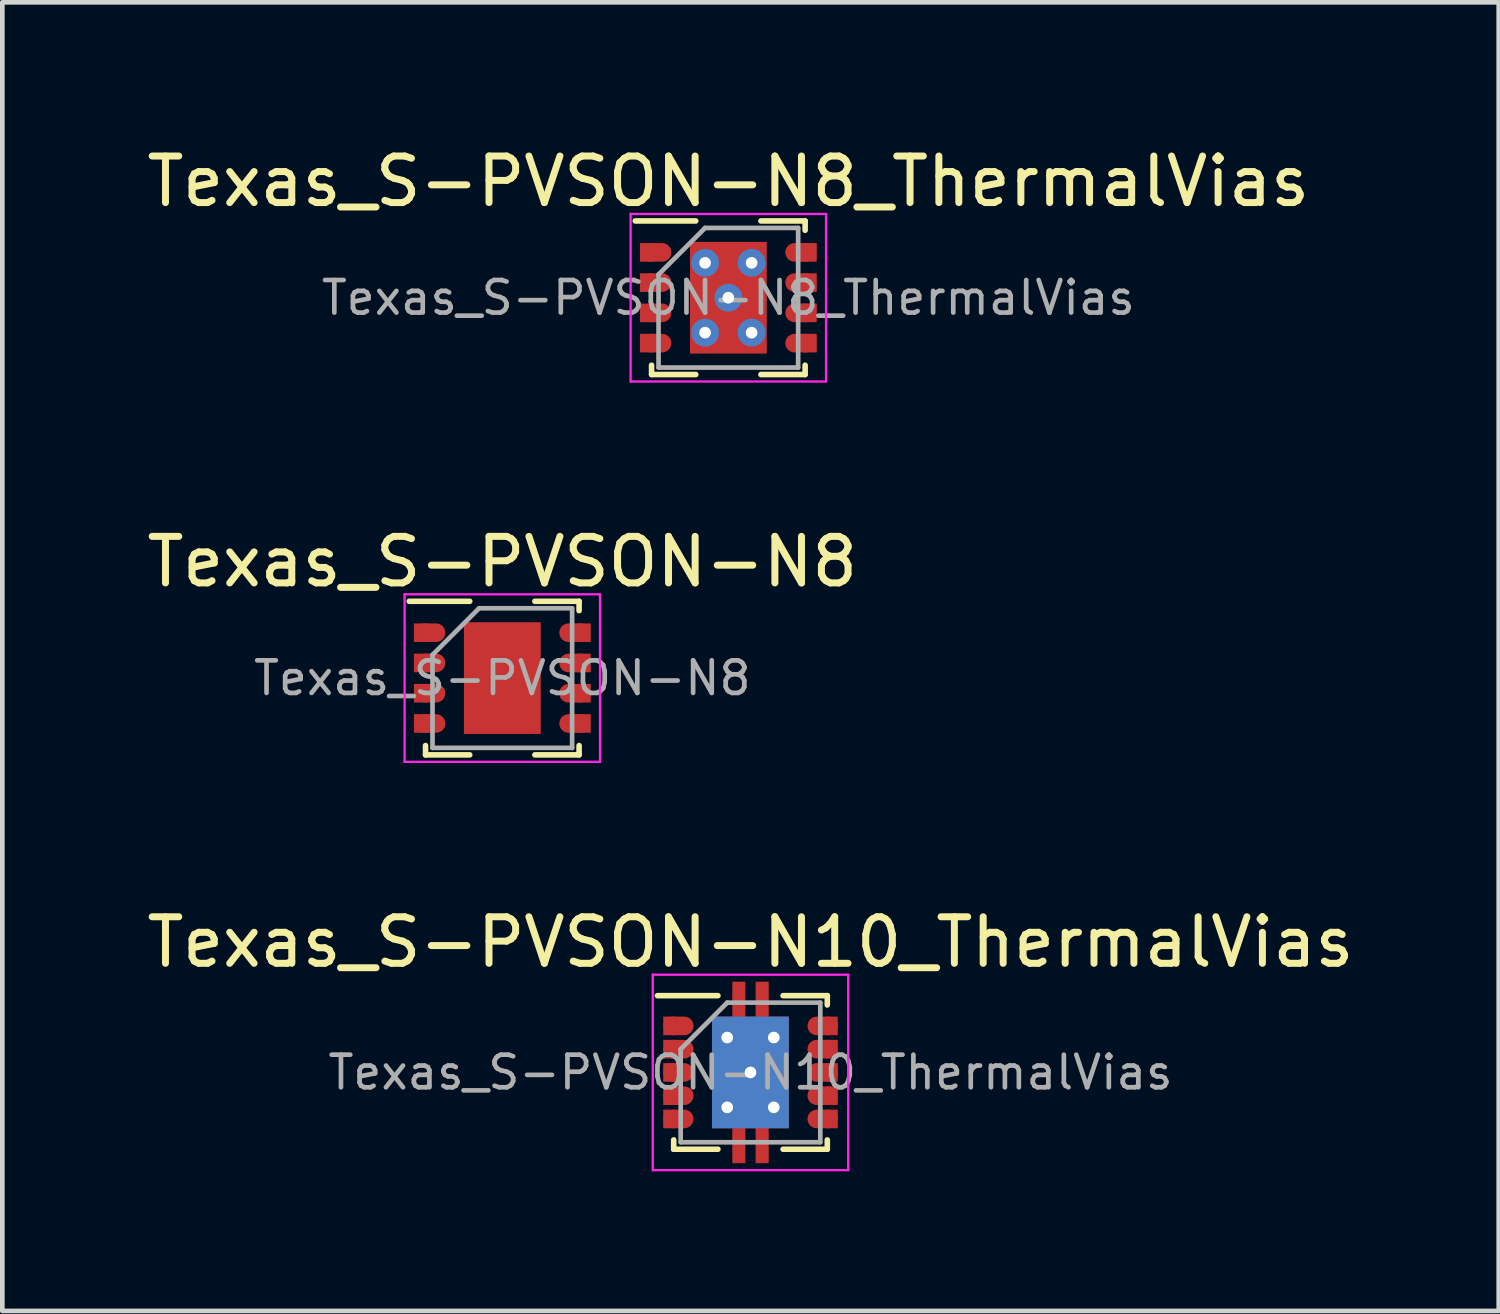
<source format=kicad_pcb>
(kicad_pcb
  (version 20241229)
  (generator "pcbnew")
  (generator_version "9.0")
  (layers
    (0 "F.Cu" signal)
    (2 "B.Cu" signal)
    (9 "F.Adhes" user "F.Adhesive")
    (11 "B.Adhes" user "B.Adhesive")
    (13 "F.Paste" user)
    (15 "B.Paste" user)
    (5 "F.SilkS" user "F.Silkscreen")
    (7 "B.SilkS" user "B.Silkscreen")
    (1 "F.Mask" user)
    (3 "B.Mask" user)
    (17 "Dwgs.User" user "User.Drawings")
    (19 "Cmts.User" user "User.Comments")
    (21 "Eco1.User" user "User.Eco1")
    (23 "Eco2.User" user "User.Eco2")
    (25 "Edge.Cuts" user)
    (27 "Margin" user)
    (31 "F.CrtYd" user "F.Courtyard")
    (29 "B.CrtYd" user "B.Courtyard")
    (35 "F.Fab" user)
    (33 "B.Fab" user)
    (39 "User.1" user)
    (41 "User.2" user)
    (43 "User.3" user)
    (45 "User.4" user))
  (footprint "Texas_S-PVSON-N10_ThermalVias"
    (layer "F.Cu")
    (at 13.077 19.995)
    (property "Reference" "Texas_S-PVSON-N10_ThermalVias" (at 0 -2.8 0) (layer "F.SilkS") (effects (font (size 1 1) (thickness 0.15))))
    (attr smd)
    (fp_line (start -2 -1.65) (end -0.7 -1.65) (stroke (width 0.12) (type solid)) (layer "F.SilkS"))
    (fp_line (start -1.65 1.65) (end -1.65 1.45) (stroke (width 0.12) (type solid)) (layer "F.SilkS"))
    (fp_line (start -1.65 1.65) (end -0.7 1.65) (stroke (width 0.12) (type solid)) (layer "F.SilkS"))
    (fp_line (start 0.7 -1.65) (end 1.65 -1.65) (stroke (width 0.12) (type solid)) (layer "F.SilkS"))
    (fp_line (start 0.7 1.65) (end 1.65 1.65) (stroke (width 0.12) (type solid)) (layer "F.SilkS"))
    (fp_line (start 1.65 -1.45) (end 1.65 -1.65) (stroke (width 0.12) (type solid)) (layer "F.SilkS"))
    (fp_line (start 1.65 1.45) (end 1.65 1.65) (stroke (width 0.12) (type solid)) (layer "F.SilkS"))
    (fp_line (start -2.1 -2.1) (end -2.1 2.1) (stroke (width 0.05) (type solid)) (layer "F.CrtYd"))
    (fp_line (start -2.1 -2.1) (end 2.1 -2.1) (stroke (width 0.05) (type solid)) (layer "F.CrtYd"))
    (fp_line (start -2.1 2.1) (end 2.1 2.1) (stroke (width 0.05) (type solid)) (layer "F.CrtYd"))
    (fp_line (start 2.1 -2.1) (end 2.1 2.1) (stroke (width 0.05) (type solid)) (layer "F.CrtYd"))
    (fp_line (start -1.5 1.5) (end -1.5 -0.5) (stroke (width 0.1) (type solid)) (layer "F.Fab"))
    (fp_line (start -0.5 -1.5) (end -1.5 -0.5) (stroke (width 0.1) (type solid)) (layer "F.Fab"))
    (fp_line (start -0.5 -1.5) (end 1.5 -1.5) (stroke (width 0.1) (type solid)) (layer "F.Fab"))
    (fp_line (start 1.5 -1.5) (end 1.5 1.5) (stroke (width 0.1) (type solid)) (layer "F.Fab"))
    (fp_line (start 1.5 1.5) (end -1.5 1.5) (stroke (width 0.1) (type solid)) (layer "F.Fab"))
    (fp_text user "${REFERENCE}" (at 0 0 0) (layer "F.Fab") (effects (font (size 0.7 0.7) (thickness 0.1))))
    (pad "1" smd rect (at -1.75 -1) (size 0.25 0.4) (layers "F.Cu" "F.Mask" "F.Paste"))
    (pad "1" smd oval (at -1.55 -1) (size 0.65 0.4) (layers "F.Cu" "F.Mask" "F.Paste"))
    (pad "2" smd rect (at -1.75 -0.5) (size 0.25 0.4) (layers "F.Cu" "F.Mask" "F.Paste"))
    (pad "2" smd oval (at -1.55 -0.5) (size 0.65 0.4) (layers "F.Cu" "F.Mask" "F.Paste"))
    (pad "3" smd rect (at -1.75 0) (size 0.25 0.4) (layers "F.Cu" "F.Mask" "F.Paste"))
    (pad "3" smd oval (at -1.55 0) (size 0.65 0.4) (layers "F.Cu" "F.Mask" "F.Paste"))
    (pad "4" smd rect (at -1.75 0.5) (size 0.25 0.4) (layers "F.Cu" "F.Mask" "F.Paste"))
    (pad "4" smd oval (at -1.55 0.5) (size 0.65 0.4) (layers "F.Cu" "F.Mask" "F.Paste"))
    (pad "5" smd rect (at -1.75 1) (size 0.25 0.4) (layers "F.Cu" "F.Mask" "F.Paste"))
    (pad "5" smd oval (at -1.55 1) (size 0.65 0.4) (layers "F.Cu" "F.Mask" "F.Paste"))
    (pad "6" smd oval (at 1.55 1) (size 0.65 0.4) (layers "F.Cu" "F.Mask" "F.Paste"))
    (pad "6" smd rect (at 1.75 1) (size 0.25 0.4) (layers "F.Cu" "F.Mask" "F.Paste"))
    (pad "7" smd oval (at 1.55 0.5) (size 0.65 0.4) (layers "F.Cu" "F.Mask" "F.Paste"))
    (pad "7" smd rect (at 1.75 0.5) (size 0.25 0.4) (layers "F.Cu" "F.Mask" "F.Paste"))
    (pad "8" smd oval (at 1.55 0) (size 0.65 0.4) (layers "F.Cu" "F.Mask" "F.Paste"))
    (pad "8" smd rect (at 1.75 0) (size 0.25 0.4) (layers "F.Cu" "F.Mask" "F.Paste"))
    (pad "9" smd oval (at 1.55 -0.5) (size 0.65 0.4) (layers "F.Cu" "F.Mask" "F.Paste"))
    (pad "9" smd rect (at 1.75 -0.5) (size 0.25 0.4) (layers "F.Cu" "F.Mask" "F.Paste"))
    (pad "10" smd oval (at 1.55 -1) (size 0.65 0.4) (layers "F.Cu" "F.Mask" "F.Paste"))
    (pad "10" smd rect (at 1.75 -1) (size 0.25 0.4) (layers "F.Cu" "F.Mask" "F.Paste"))
    (pad "11" thru_hole circle (at -0.5 -0.75) (size 0.6 0.6) (drill 0.25) (layers "*.Cu" "*.Mask"))
    (pad "11" thru_hole circle (at -0.5 0.75) (size 0.6 0.6) (drill 0.25) (layers "*.Cu" "*.Mask"))
    (pad "11" smd rect (at -0.45 -0.635) (size 0.68 1.05) (layers "F.Cu" "F.Mask" "F.Paste"))
    (pad "11" smd rect (at -0.45 0.635) (size 0.68 1.05) (layers "F.Cu" "F.Mask" "F.Paste"))
    (pad "11" smd rect (at -0.25 -1.55) (size 0.26 0.5) (layers "F.Cu" "F.Mask" "F.Paste"))
    (pad "11" smd rect (at -0.25 -1.55) (size 0.28 0.8) (layers "F.Cu" "F.Mask"))
    (pad "11" smd rect (at -0.25 1.55) (size 0.26 0.5) (layers "F.Cu" "F.Mask" "F.Paste"))
    (pad "11" smd rect (at -0.25 1.55) (size 0.28 0.8) (layers "F.Cu" "F.Mask"))
    (pad "11" smd rect (at -0.001 0) (size 1.65 2.4) (layers "B.Cu" "B.Mask"))
    (pad "11" thru_hole circle (at 0 0) (size 0.6 0.6) (drill 0.25) (layers "*.Cu" "*.Mask"))
    (pad "11" smd rect (at 0 0) (size 1.65 2.4) (layers "F.Cu" "F.Mask"))
    (pad "11" smd rect (at 0.25 -1.55) (size 0.26 0.5) (layers "F.Cu" "F.Mask" "F.Paste"))
    (pad "11" smd rect (at 0.25 -1.55) (size 0.28 0.8) (layers "F.Cu" "F.Mask"))
    (pad "11" smd rect (at 0.25 1.55) (size 0.26 0.5) (layers "F.Cu" "F.Mask" "F.Paste"))
    (pad "11" smd rect (at 0.25 1.55) (size 0.28 0.8) (layers "F.Cu" "F.Mask"))
    (pad "11" smd rect (at 0.45 -0.635) (size 0.68 1.05) (layers "F.Cu" "F.Mask" "F.Paste"))
    (pad "11" smd rect (at 0.45 0.635) (size 0.68 1.05) (layers "F.Cu" "F.Mask" "F.Paste"))
    (pad "11" thru_hole circle (at 0.5 -0.75) (size 0.6 0.6) (drill 0.25) (layers "*.Cu" "*.Mask"))
    (pad "11" thru_hole circle (at 0.5 0.75) (size 0.6 0.6) (drill 0.25) (layers "*.Cu" "*.Mask")))
  (footprint "Texas_S-PVSON-N8"
    (layer "F.Cu")
    (at 7.744 11.521)
    (property "Reference" "Texas_S-PVSON-N8" (at 0 -2.5 0) (layer "F.SilkS") (effects (font (size 1 1) (thickness 0.15))))
    (attr smd)
    (fp_line (start -2 -1.65) (end -0.7 -1.65) (stroke (width 0.12) (type solid)) (layer "F.SilkS"))
    (fp_line (start -1.65 1.65) (end -1.65 1.45) (stroke (width 0.12) (type solid)) (layer "F.SilkS"))
    (fp_line (start -1.65 1.65) (end -0.7 1.65) (stroke (width 0.12) (type solid)) (layer "F.SilkS"))
    (fp_line (start 0.7 -1.65) (end 1.65 -1.65) (stroke (width 0.12) (type solid)) (layer "F.SilkS"))
    (fp_line (start 0.7 1.65) (end 1.65 1.65) (stroke (width 0.12) (type solid)) (layer "F.SilkS"))
    (fp_line (start 1.65 -1.45) (end 1.65 -1.65) (stroke (width 0.12) (type solid)) (layer "F.SilkS"))
    (fp_line (start 1.65 1.45) (end 1.65 1.65) (stroke (width 0.12) (type solid)) (layer "F.SilkS"))
    (fp_line (start -2.1 -1.8) (end -2.1 1.8) (stroke (width 0.05) (type solid)) (layer "F.CrtYd"))
    (fp_line (start -2.1 -1.8) (end 2.1 -1.8) (stroke (width 0.05) (type solid)) (layer "F.CrtYd"))
    (fp_line (start -2.1 1.8) (end 2.1 1.8) (stroke (width 0.05) (type solid)) (layer "F.CrtYd"))
    (fp_line (start 2.1 -1.8) (end 2.1 1.8) (stroke (width 0.05) (type solid)) (layer "F.CrtYd"))
    (fp_line (start -1.5 1.5) (end -1.5 -0.5) (stroke (width 0.1) (type solid)) (layer "F.Fab"))
    (fp_line (start -0.5 -1.5) (end -1.5 -0.5) (stroke (width 0.1) (type solid)) (layer "F.Fab"))
    (fp_line (start -0.5 -1.5) (end 1.5 -1.5) (stroke (width 0.1) (type solid)) (layer "F.Fab"))
    (fp_line (start 1.5 -1.5) (end 1.5 1.5) (stroke (width 0.1) (type solid)) (layer "F.Fab"))
    (fp_line (start 1.5 1.5) (end -1.5 1.5) (stroke (width 0.1) (type solid)) (layer "F.Fab"))
    (fp_text user "${REFERENCE}" (at 0 0 0) (layer "F.Fab") (effects (font (size 0.7 0.7) (thickness 0.1))))
    (pad "1" smd rect (at -1.75 -0.975) (size 0.3 0.4) (layers "F.Cu" "F.Mask" "F.Paste"))
    (pad "1" smd oval (at -1.55 -0.975) (size 0.65 0.4) (layers "F.Cu" "F.Mask" "F.Paste"))
    (pad "2" smd rect (at -1.75 -0.325) (size 0.3 0.4) (layers "F.Cu" "F.Mask" "F.Paste"))
    (pad "2" smd oval (at -1.55 -0.325) (size 0.65 0.4) (layers "F.Cu" "F.Mask" "F.Paste"))
    (pad "3" smd rect (at -1.75 0.325) (size 0.3 0.4) (layers "F.Cu" "F.Mask" "F.Paste"))
    (pad "3" smd oval (at -1.55 0.325) (size 0.65 0.4) (layers "F.Cu" "F.Mask" "F.Paste"))
    (pad "4" smd rect (at -1.75 0.975) (size 0.3 0.4) (layers "F.Cu" "F.Mask" "F.Paste"))
    (pad "4" smd oval (at -1.55 0.975) (size 0.65 0.4) (layers "F.Cu" "F.Mask" "F.Paste"))
    (pad "5" smd oval (at 1.55 0.975) (size 0.65 0.4) (layers "F.Cu" "F.Mask" "F.Paste"))
    (pad "5" smd rect (at 1.75 0.975) (size 0.3 0.4) (layers "F.Cu" "F.Mask" "F.Paste"))
    (pad "6" smd oval (at 1.55 0.325) (size 0.65 0.4) (layers "F.Cu" "F.Mask" "F.Paste"))
    (pad "6" smd rect (at 1.75 0.325) (size 0.3 0.4) (layers "F.Cu" "F.Mask" "F.Paste"))
    (pad "7" smd oval (at 1.55 -0.325) (size 0.65 0.4) (layers "F.Cu" "F.Mask" "F.Paste"))
    (pad "7" smd rect (at 1.75 -0.325) (size 0.3 0.4) (layers "F.Cu" "F.Mask" "F.Paste"))
    (pad "8" smd oval (at 1.55 -0.975) (size 0.65 0.4) (layers "F.Cu" "F.Mask" "F.Paste"))
    (pad "8" smd rect (at 1.75 -0.975) (size 0.3 0.4) (layers "F.Cu" "F.Mask" "F.Paste"))
    (pad "9" smd rect (at -0.45 -0.625) (size 0.65 1) (layers "F.Cu" "F.Mask" "F.Paste"))
    (pad "9" smd rect (at -0.45 0.625) (size 0.65 1) (layers "F.Cu" "F.Mask" "F.Paste"))
    (pad "9" smd rect (at 0 0) (size 1.65 2.4) (layers "F.Cu" "F.Mask"))
    (pad "9" smd rect (at 0.45 -0.625) (size 0.65 1) (layers "F.Cu" "F.Mask" "F.Paste"))
    (pad "9" smd rect (at 0.45 0.625) (size 0.65 1) (layers "F.Cu" "F.Mask" "F.Paste")))
  (footprint "Texas_S-PVSON-N8_ThermalVias"
    (layer "F.Cu")
    (at 12.601 3.348)
    (property "Reference" "Texas_S-PVSON-N8_ThermalVias" (at 0 -2.5 0) (layer "F.SilkS") (effects (font (size 1 1) (thickness 0.15))))
    (attr smd)
    (fp_line (start -2 -1.65) (end -0.7 -1.65) (stroke (width 0.12) (type solid)) (layer "F.SilkS"))
    (fp_line (start -1.65 1.65) (end -1.65 1.45) (stroke (width 0.12) (type solid)) (layer "F.SilkS"))
    (fp_line (start -1.65 1.65) (end -0.7 1.65) (stroke (width 0.12) (type solid)) (layer "F.SilkS"))
    (fp_line (start 0.7 -1.65) (end 1.65 -1.65) (stroke (width 0.12) (type solid)) (layer "F.SilkS"))
    (fp_line (start 0.7 1.65) (end 1.65 1.65) (stroke (width 0.12) (type solid)) (layer "F.SilkS"))
    (fp_line (start 1.65 -1.45) (end 1.65 -1.65) (stroke (width 0.12) (type solid)) (layer "F.SilkS"))
    (fp_line (start 1.65 1.45) (end 1.65 1.65) (stroke (width 0.12) (type solid)) (layer "F.SilkS"))
    (fp_line (start -2.1 -1.8) (end -2.1 1.8) (stroke (width 0.05) (type solid)) (layer "F.CrtYd"))
    (fp_line (start -2.1 -1.8) (end 2.1 -1.8) (stroke (width 0.05) (type solid)) (layer "F.CrtYd"))
    (fp_line (start -2.1 1.8) (end 2.1 1.8) (stroke (width 0.05) (type solid)) (layer "F.CrtYd"))
    (fp_line (start 2.1 -1.8) (end 2.1 1.8) (stroke (width 0.05) (type solid)) (layer "F.CrtYd"))
    (fp_line (start -1.5 1.5) (end -1.5 -0.5) (stroke (width 0.1) (type solid)) (layer "F.Fab"))
    (fp_line (start -0.5 -1.5) (end -1.5 -0.5) (stroke (width 0.1) (type solid)) (layer "F.Fab"))
    (fp_line (start -0.5 -1.5) (end 1.5 -1.5) (stroke (width 0.1) (type solid)) (layer "F.Fab"))
    (fp_line (start 1.5 -1.5) (end 1.5 1.5) (stroke (width 0.1) (type solid)) (layer "F.Fab"))
    (fp_line (start 1.5 1.5) (end -1.5 1.5) (stroke (width 0.1) (type solid)) (layer "F.Fab"))
    (fp_text user "${REFERENCE}" (at 0 0 0) (layer "F.Fab") (effects (font (size 0.7 0.7) (thickness 0.1))))
    (pad "1" smd rect (at -1.75 -0.975) (size 0.3 0.4) (layers "F.Cu" "F.Mask" "F.Paste"))
    (pad "1" smd oval (at -1.55 -0.975) (size 0.65 0.4) (layers "F.Cu" "F.Mask" "F.Paste"))
    (pad "2" smd rect (at -1.75 -0.325) (size 0.3 0.4) (layers "F.Cu" "F.Mask" "F.Paste"))
    (pad "2" smd oval (at -1.55 -0.325) (size 0.65 0.4) (layers "F.Cu" "F.Mask" "F.Paste"))
    (pad "3" smd rect (at -1.75 0.325) (size 0.3 0.4) (layers "F.Cu" "F.Mask" "F.Paste"))
    (pad "3" smd oval (at -1.55 0.325) (size 0.65 0.4) (layers "F.Cu" "F.Mask" "F.Paste"))
    (pad "4" smd rect (at -1.75 0.975) (size 0.3 0.4) (layers "F.Cu" "F.Mask" "F.Paste"))
    (pad "4" smd oval (at -1.55 0.975) (size 0.65 0.4) (layers "F.Cu" "F.Mask" "F.Paste"))
    (pad "5" smd oval (at 1.55 0.975) (size 0.65 0.4) (layers "F.Cu" "F.Mask" "F.Paste"))
    (pad "5" smd rect (at 1.75 0.975) (size 0.3 0.4) (layers "F.Cu" "F.Mask" "F.Paste"))
    (pad "6" smd oval (at 1.55 0.325) (size 0.65 0.4) (layers "F.Cu" "F.Mask" "F.Paste"))
    (pad "6" smd rect (at 1.75 0.325) (size 0.3 0.4) (layers "F.Cu" "F.Mask" "F.Paste"))
    (pad "7" smd oval (at 1.55 -0.325) (size 0.65 0.4) (layers "F.Cu" "F.Mask" "F.Paste"))
    (pad "7" smd rect (at 1.75 -0.325) (size 0.3 0.4) (layers "F.Cu" "F.Mask" "F.Paste"))
    (pad "8" smd oval (at 1.55 -0.975) (size 0.65 0.4) (layers "F.Cu" "F.Mask" "F.Paste"))
    (pad "8" smd rect (at 1.75 -0.975) (size 0.3 0.4) (layers "F.Cu" "F.Mask" "F.Paste"))
    (pad "9" thru_hole circle (at -0.5 -0.75) (size 0.6 0.6) (drill 0.25) (layers "*.Cu" "*.Mask"))
    (pad "9" thru_hole circle (at -0.5 0.75) (size 0.6 0.6) (drill 0.25) (layers "*.Cu" "*.Mask"))
    (pad "9" smd rect (at -0.45 -0.625) (size 0.65 1) (layers "F.Cu" "F.Mask" "F.Paste"))
    (pad "9" smd rect (at -0.45 0.625) (size 0.65 1) (layers "F.Cu" "F.Mask" "F.Paste"))
    (pad "9" thru_hole circle (at 0 0) (size 0.6 0.6) (drill 0.25) (layers "*.Cu" "*.Mask"))
    (pad "9" smd rect (at 0 0) (size 1.65 2.4) (layers "F.Cu" "F.Mask"))
    (pad "9" smd rect (at 0.45 -0.625) (size 0.65 1) (layers "F.Cu" "F.Mask" "F.Paste"))
    (pad "9" smd rect (at 0.45 0.625) (size 0.65 1) (layers "F.Cu" "F.Mask" "F.Paste"))
    (pad "9" thru_hole circle (at 0.5 -0.75) (size 0.6 0.6) (drill 0.25) (layers "*.Cu" "*.Mask"))
    (pad "9" thru_hole circle (at 0.5 0.75) (size 0.6 0.6) (drill 0.25) (layers "*.Cu" "*.Mask")))
  (gr_rect
    (start -3 -3)
    (end 29.155 25.12)
    (stroke (width 0.1) (type default))
    (fill no)
    (layer "Edge.Cuts")))
</source>
